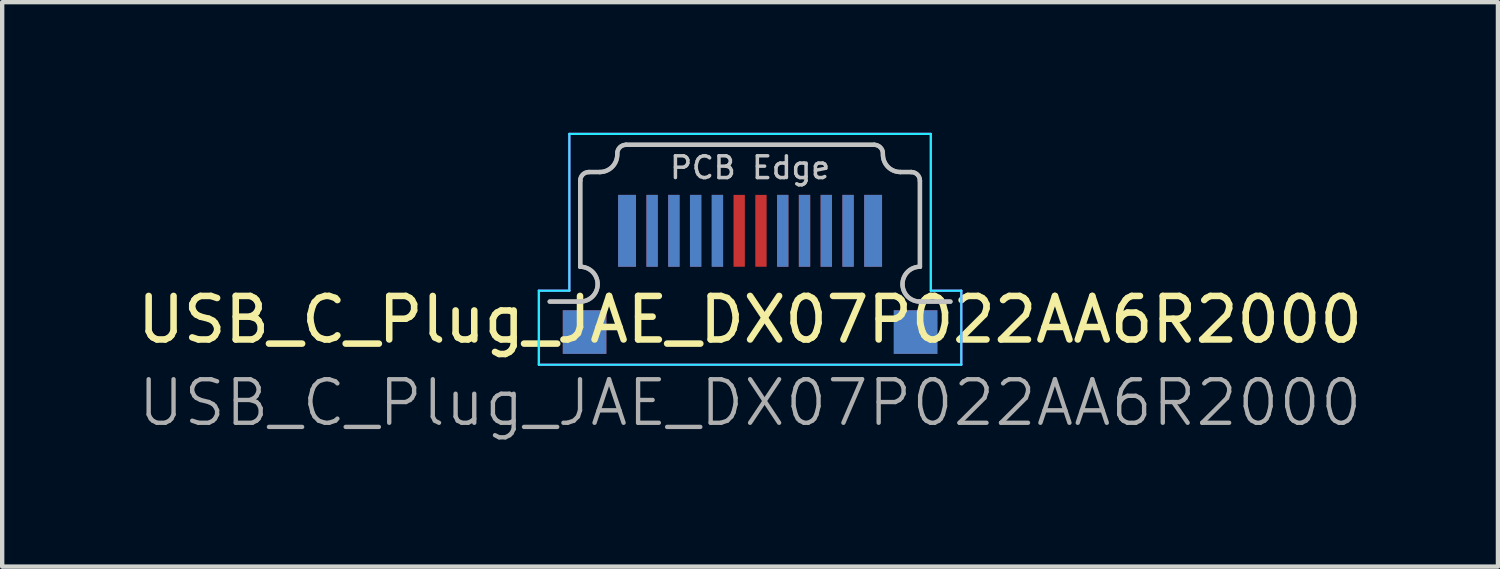
<source format=kicad_pcb>
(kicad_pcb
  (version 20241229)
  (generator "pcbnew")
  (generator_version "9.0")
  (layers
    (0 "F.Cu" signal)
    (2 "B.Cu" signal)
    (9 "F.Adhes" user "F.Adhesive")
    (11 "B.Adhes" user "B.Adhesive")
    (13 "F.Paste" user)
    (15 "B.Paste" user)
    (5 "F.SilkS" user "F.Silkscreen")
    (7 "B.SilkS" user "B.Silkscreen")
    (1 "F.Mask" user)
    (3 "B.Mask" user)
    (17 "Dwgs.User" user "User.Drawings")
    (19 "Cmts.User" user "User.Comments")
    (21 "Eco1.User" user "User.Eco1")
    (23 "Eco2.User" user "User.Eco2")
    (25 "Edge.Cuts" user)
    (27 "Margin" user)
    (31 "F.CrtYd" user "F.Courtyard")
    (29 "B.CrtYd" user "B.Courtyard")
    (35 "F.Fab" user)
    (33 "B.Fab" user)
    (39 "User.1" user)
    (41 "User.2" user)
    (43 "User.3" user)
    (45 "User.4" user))
  (footprint "USB_C_Plug_JAE_DX07P022AA6R2000"
    (layer "F.Cu")
    (at 14.173 2.25)
    (property "Reference" "USB_C_Plug_JAE_DX07P022AA6R2000" (at 0 2.04 0) (layer "F.SilkS") (effects (font (size 1 1) (thickness 0.15))))
    (attr smd)
    (fp_line (start -3.9 -1.15) (end -3.9 0.825) (stroke (width 0.1) (type solid)) (layer "Dwgs.User"))
    (fp_line (start -3.9 1.625) (end -4.6 1.625) (stroke (width 0.1) (type solid)) (layer "Dwgs.User"))
    (fp_line (start -3.7 -1.35) (end -3.45 -1.35) (stroke (width 0.1) (type solid)) (layer "Dwgs.User"))
    (fp_line (start -2.85 -1.975) (end 2.85 -1.975) (stroke (width 0.1) (type solid)) (layer "Dwgs.User"))
    (fp_line (start 3.7 -1.35) (end 3.45 -1.35) (stroke (width 0.1) (type solid)) (layer "Dwgs.User"))
    (fp_line (start 3.9 -1.15) (end 3.9 0.825) (stroke (width 0.1) (type solid)) (layer "Dwgs.User"))
    (fp_line (start 3.9 1.625) (end 4.6 1.625) (stroke (width 0.1) (type solid)) (layer "Dwgs.User"))
    (fp_arc (start -3.9 -1.15) (mid -3.841421 -1.291421) (end -3.7 -1.35) (stroke (width 0.1) (type solid)) (layer "Dwgs.User"))
    (fp_arc (start -3.9 0.825) (mid -3.5 1.225) (end -3.9 1.625) (stroke (width 0.1) (type solid)) (layer "Dwgs.User"))
    (fp_arc (start -3.05 -1.775) (mid -2.991421 -1.916421) (end -2.85 -1.975) (stroke (width 0.1) (type solid)) (layer "Dwgs.User"))
    (fp_arc (start -3.05 -1.75) (mid -3.167157 -1.467157) (end -3.45 -1.35) (stroke (width 0.1) (type solid)) (layer "Dwgs.User"))
    (fp_arc (start 2.85 -1.975) (mid 2.991421 -1.916421) (end 3.05 -1.775) (stroke (width 0.1) (type solid)) (layer "Dwgs.User"))
    (fp_arc (start 3.45 -1.35) (mid 3.167157 -1.467157) (end 3.05 -1.75) (stroke (width 0.1) (type solid)) (layer "Dwgs.User"))
    (fp_arc (start 3.7 -1.35) (mid 3.841421 -1.291421) (end 3.9 -1.15) (stroke (width 0.1) (type solid)) (layer "Dwgs.User"))
    (fp_arc (start 3.9 1.625) (mid 3.5 1.225) (end 3.9 0.825) (stroke (width 0.1) (type solid)) (layer "Dwgs.User"))
    (fp_line (start -4.85 1.375) (end -4.85 3.075) (stroke (width 0.05) (type solid)) (layer "B.CrtYd"))
    (fp_line (start -4.85 1.375) (end -4.15 1.375) (stroke (width 0.05) (type solid)) (layer "B.CrtYd"))
    (fp_line (start -4.15 -2.225) (end 4.15 -2.225) (stroke (width 0.05) (type solid)) (layer "B.CrtYd"))
    (fp_line (start -4.15 1.375) (end -4.15 -2.225) (stroke (width 0.05) (type solid)) (layer "B.CrtYd"))
    (fp_line (start 4.15 1.375) (end 4.15 -2.225) (stroke (width 0.05) (type solid)) (layer "B.CrtYd"))
    (fp_line (start 4.85 1.375) (end 4.15 1.375) (stroke (width 0.05) (type solid)) (layer "B.CrtYd"))
    (fp_line (start 4.85 1.375) (end 4.85 3.075) (stroke (width 0.05) (type solid)) (layer "B.CrtYd"))
    (fp_line (start 4.85 3.075) (end -4.85 3.075) (stroke (width 0.05) (type solid)) (layer "B.CrtYd"))
    (fp_line (start -4.85 1.375) (end -4.85 3.075) (stroke (width 0.05) (type solid)) (layer "F.CrtYd"))
    (fp_line (start -4.85 1.375) (end -4.15 1.375) (stroke (width 0.05) (type solid)) (layer "F.CrtYd"))
    (fp_line (start -4.85 3.075) (end 4.85 3.075) (stroke (width 0.05) (type solid)) (layer "F.CrtYd"))
    (fp_line (start -4.15 1.375) (end -4.15 -2.225) (stroke (width 0.05) (type solid)) (layer "F.CrtYd"))
    (fp_line (start 4.15 -2.225) (end -4.15 -2.225) (stroke (width 0.05) (type solid)) (layer "F.CrtYd"))
    (fp_line (start 4.15 1.375) (end 4.15 -2.225) (stroke (width 0.05) (type solid)) (layer "F.CrtYd"))
    (fp_line (start 4.85 1.375) (end 4.15 1.375) (stroke (width 0.05) (type solid)) (layer "F.CrtYd"))
    (fp_line (start 4.85 1.375) (end 4.85 3.075) (stroke (width 0.05) (type solid)) (layer "F.CrtYd"))
    (fp_line (start -3.9 -1.15) (end -3.9 0.825) (stroke (width 0.1) (type solid)) (layer "F.Fab"))
    (fp_line (start -3.9 1.625) (end -4.6 1.625) (stroke (width 0.1) (type solid)) (layer "F.Fab"))
    (fp_line (start -3.7 -1.35) (end -3.45 -1.35) (stroke (width 0.1) (type solid)) (layer "F.Fab"))
    (fp_line (start -2.85 -1.975) (end 2.85 -1.975) (stroke (width 0.1) (type solid)) (layer "F.Fab"))
    (fp_line (start 3.7 -1.35) (end 3.45 -1.35) (stroke (width 0.1) (type solid)) (layer "F.Fab"))
    (fp_line (start 3.9 -1.15) (end 3.9 0.825) (stroke (width 0.1) (type solid)) (layer "F.Fab"))
    (fp_line (start 3.9 1.625) (end 4.6 1.625) (stroke (width 0.1) (type solid)) (layer "F.Fab"))
    (fp_arc (start -3.9 -1.15) (mid -3.841421 -1.291421) (end -3.7 -1.35) (stroke (width 0.1) (type solid)) (layer "F.Fab"))
    (fp_arc (start -3.9 0.825) (mid -3.5 1.225) (end -3.9 1.625) (stroke (width 0.1) (type solid)) (layer "F.Fab"))
    (fp_arc (start -3.05 -1.775) (mid -2.991421 -1.916421) (end -2.85 -1.975) (stroke (width 0.1) (type solid)) (layer "F.Fab"))
    (fp_arc (start -3.05 -1.75) (mid -3.167157 -1.467157) (end -3.45 -1.35) (stroke (width 0.1) (type solid)) (layer "F.Fab"))
    (fp_arc (start 2.85 -1.975) (mid 2.991421 -1.916421) (end 3.05 -1.775) (stroke (width 0.1) (type solid)) (layer "F.Fab"))
    (fp_arc (start 3.45 -1.35) (mid 3.167157 -1.467157) (end 3.05 -1.75) (stroke (width 0.1) (type solid)) (layer "F.Fab"))
    (fp_arc (start 3.7 -1.35) (mid 3.841421 -1.291421) (end 3.9 -1.15) (stroke (width 0.1) (type solid)) (layer "F.Fab"))
    (fp_arc (start 3.9 1.625) (mid 3.5 1.225) (end 3.9 0.825) (stroke (width 0.1) (type solid)) (layer "F.Fab"))
    (fp_text user "PCB Edge" (at 0 -1.45 0) (layer "Dwgs.User") (effects (font (size 0.5 0.5) (thickness 0.08))))
    (fp_text user "${REFERENCE}" (at 0 3.95 0) (layer "F.Fab") (effects (font (size 1 1) (thickness 0.1))))
    (pad "A1" smd rect (at -2.825 0) (size 0.41 1.65) (layers "F.Cu" "F.Mask" "F.Paste"))
    (pad "A2" smd rect (at -2.25 0) (size 0.26 1.65) (layers "F.Cu" "F.Mask" "F.Paste"))
    (pad "A3" smd rect (at -1.75 0) (size 0.26 1.65) (layers "F.Cu" "F.Mask" "F.Paste"))
    (pad "A4" smd rect (at -1.25 0) (size 0.26 1.65) (layers "F.Cu" "F.Mask" "F.Paste"))
    (pad "A5" smd rect (at -0.75 0) (size 0.26 1.65) (layers "F.Cu" "F.Mask" "F.Paste"))
    (pad "A6" smd rect (at -0.25 0) (size 0.26 1.65) (layers "F.Cu" "F.Mask" "F.Paste"))
    (pad "A7" smd rect (at 0.25 0) (size 0.26 1.65) (layers "F.Cu" "F.Mask" "F.Paste"))
    (pad "A8" smd rect (at 0.75 0) (size 0.26 1.65) (layers "F.Cu" "F.Mask" "F.Paste"))
    (pad "A9" smd rect (at 1.25 0) (size 0.26 1.65) (layers "F.Cu" "F.Mask" "F.Paste"))
    (pad "A10" smd rect (at 1.75 0) (size 0.26 1.65) (layers "F.Cu" "F.Mask" "F.Paste"))
    (pad "A11" smd rect (at 2.25 0) (size 0.26 1.65) (layers "F.Cu" "F.Mask" "F.Paste"))
    (pad "A12" smd rect (at 2.825 0) (size 0.41 1.65) (layers "F.Cu" "F.Mask" "F.Paste"))
    (pad "B1" smd rect (at 2.825 0) (size 0.41 1.65) (layers "B.Cu" "B.Mask" "B.Paste"))
    (pad "B2" smd rect (at 2.25 0) (size 0.26 1.65) (layers "B.Cu" "B.Mask" "B.Paste"))
    (pad "B3" smd rect (at 1.75 0) (size 0.26 1.65) (layers "B.Cu" "B.Mask" "B.Paste"))
    (pad "B4" smd rect (at 1.25 0) (size 0.26 1.65) (layers "B.Cu" "B.Mask" "B.Paste"))
    (pad "B5" smd rect (at 0.75 0) (size 0.26 1.65) (layers "B.Cu" "B.Mask" "B.Paste"))
    (pad "B8" smd rect (at -0.75 0) (size 0.26 1.65) (layers "B.Cu" "B.Mask" "B.Paste"))
    (pad "B9" smd rect (at -1.25 0) (size 0.26 1.65) (layers "B.Cu" "B.Mask" "B.Paste"))
    (pad "B10" smd rect (at -1.75 0) (size 0.26 1.65) (layers "B.Cu" "B.Mask" "B.Paste"))
    (pad "B11" smd rect (at -2.25 0) (size 0.26 1.65) (layers "B.Cu" "B.Mask" "B.Paste"))
    (pad "B12" smd rect (at -2.825 0) (size 0.41 1.65) (layers "B.Cu" "B.Mask" "B.Paste"))
    (pad "S1" smd rect (at -3.8 2.325) (size 1 1) (layers "F.Cu" "F.Mask" "F.Paste"))
    (pad "S1" smd rect (at -3.8 2.325) (size 1 1) (layers "B.Cu" "B.Mask" "B.Paste"))
    (pad "S1" smd rect (at 3.8 2.325) (size 1 1) (layers "F.Cu" "F.Mask" "F.Paste"))
    (pad "S1" smd rect (at 3.8 2.325) (size 1 1) (layers "B.Cu" "B.Mask" "B.Paste")))
  (gr_rect
    (start -3 -3)
    (end 31.345 9.96)
    (stroke (width 0.1) (type default))
    (fill no)
    (layer "Edge.Cuts")))
</source>
